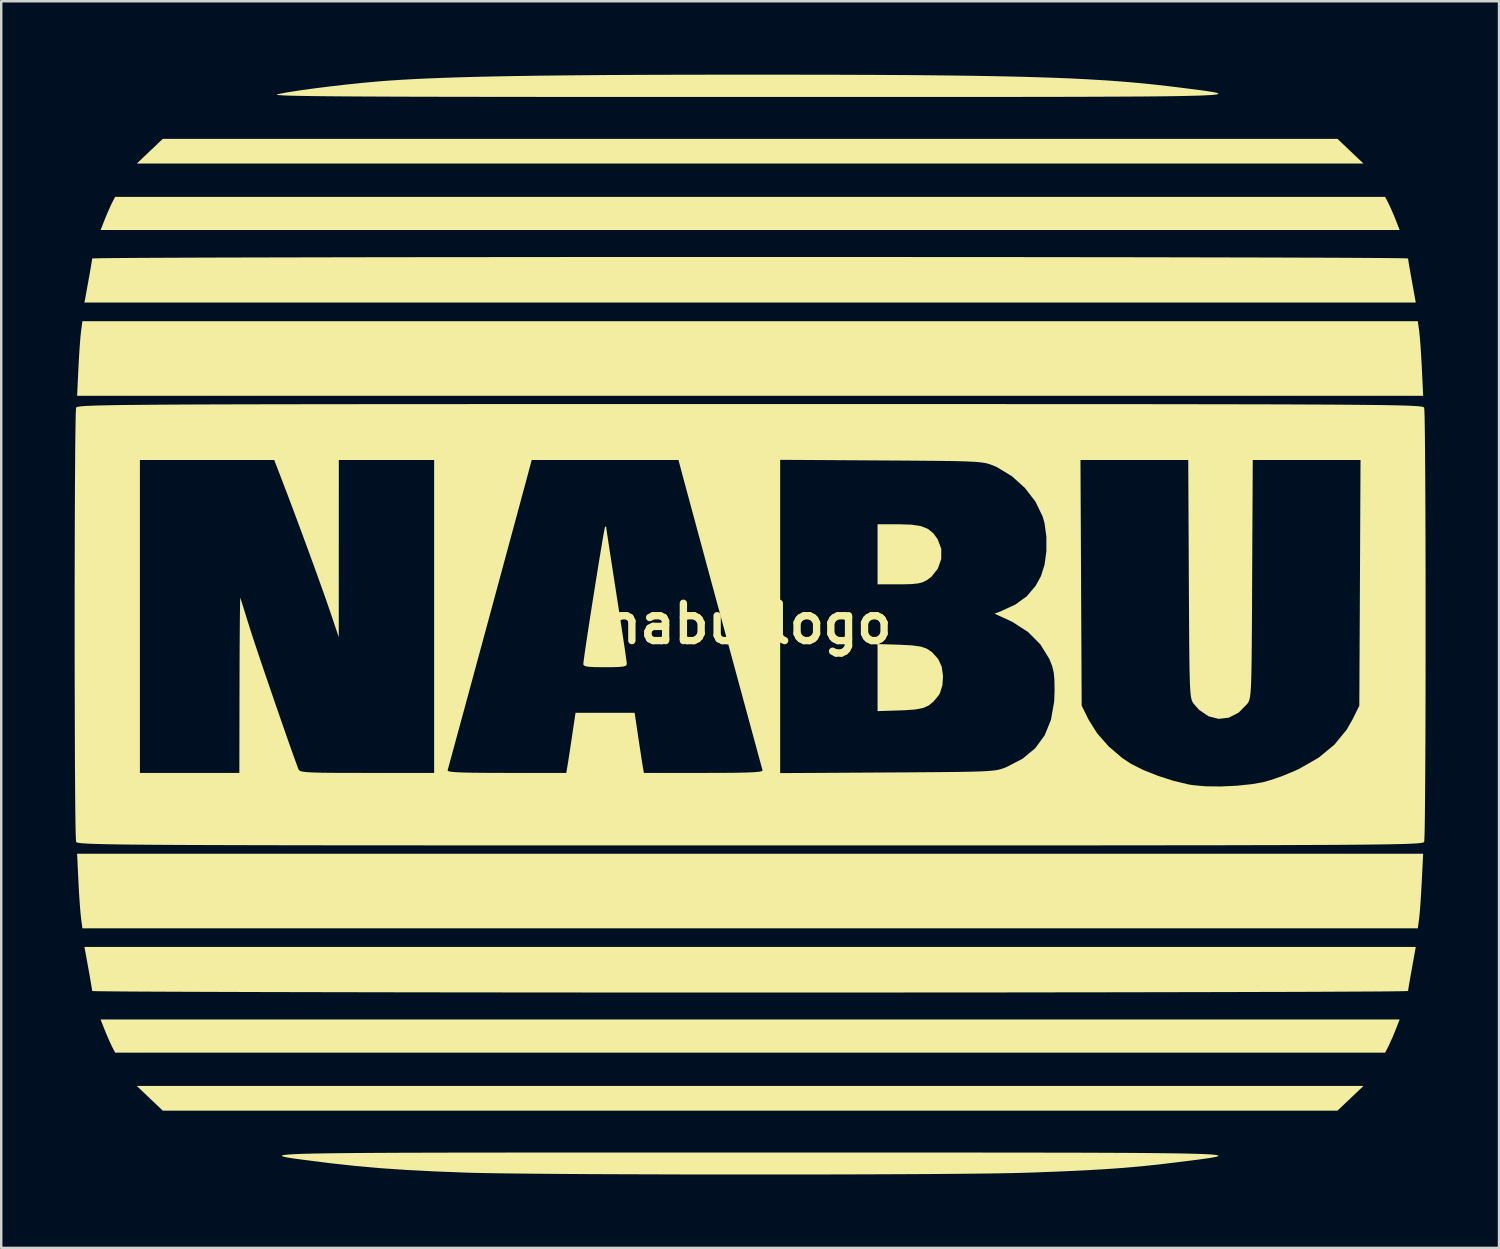
<source format=kicad_pcb>
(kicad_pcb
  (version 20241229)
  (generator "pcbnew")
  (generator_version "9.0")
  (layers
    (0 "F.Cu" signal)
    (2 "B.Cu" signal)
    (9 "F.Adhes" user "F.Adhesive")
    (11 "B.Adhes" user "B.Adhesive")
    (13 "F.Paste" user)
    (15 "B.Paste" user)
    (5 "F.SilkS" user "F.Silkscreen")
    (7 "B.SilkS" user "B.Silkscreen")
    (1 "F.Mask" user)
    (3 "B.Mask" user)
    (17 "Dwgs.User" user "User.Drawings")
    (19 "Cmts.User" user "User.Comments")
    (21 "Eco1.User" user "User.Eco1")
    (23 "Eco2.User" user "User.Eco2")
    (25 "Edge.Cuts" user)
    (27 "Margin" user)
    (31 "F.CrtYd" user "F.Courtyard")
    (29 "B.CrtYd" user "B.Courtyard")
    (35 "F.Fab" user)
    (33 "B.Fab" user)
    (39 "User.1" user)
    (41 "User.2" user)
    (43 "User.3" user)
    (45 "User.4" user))
  (footprint "nabu_logo"
    (layer "F.Cu")
    (at 27.558 22.435)
    (property "Reference" "nabu_logo" (at 0 0 0) (layer "F.SilkS") (effects (font (size 1.524 1.524) (thickness 0.3))))
    (attr board_only exclude_from_pos_files exclude_from_bom)
    (fp_poly (pts (xy 24.572 -19.307) (xy 25.104 -18.802) (xy -25.019 -18.802) (xy -24.488 -19.307) (xy -23.956 -19.812) (xy 24.041 -19.812)) (stroke (width 0) (type solid)) (fill yes) (layer "F.SilkS"))
    (fp_poly (pts (xy 24.572 19.392) (xy 24.041 19.897) (xy -23.956 19.897) (xy -24.488 19.392) (xy -25.019 18.887) (xy 25.104 18.887)) (stroke (width 0) (type solid)) (fill yes) (layer "F.SilkS"))
    (fp_poly (pts (xy 26.116 -17.195) (xy 26.222 -16.97) (xy 26.35 -16.674) (xy 26.413 -16.518) (xy 26.583 -16.087) (xy -26.498 -16.087) (xy -26.328 -16.518) (xy -26.205 -16.816) (xy -26.083 -17.089) (xy -26.031 -17.195) (xy -25.904 -17.441) (xy 25.988 -17.441)) (stroke (width 0) (type solid)) (fill yes) (layer "F.SilkS"))
    (fp_poly (pts (xy 26.413 16.602) (xy 26.29 16.9) (xy 26.167 17.174) (xy 26.116 17.28) (xy 25.988 17.526) (xy -25.904 17.526) (xy -26.031 17.28) (xy -26.137 17.054) (xy -26.265 16.758) (xy -26.328 16.602) (xy -26.498 16.171) (xy 26.583 16.171)) (stroke (width 0) (type solid)) (fill yes) (layer "F.SilkS"))
    (fp_poly (pts (xy 27.38 -11.959) (xy 27.405 -11.719) (xy 27.434 -11.358) (xy 27.462 -10.923) (xy 27.488 -10.462) (xy 27.489 -10.435) (xy 27.543 -9.313) (xy -27.458 -9.313) (xy -27.404 -10.435) (xy -27.379 -10.896) (xy -27.351 -11.334) (xy -27.322 -11.701) (xy -27.296 -11.949) (xy -27.295 -11.959) (xy -27.24 -12.361) (xy 27.324 -12.361)) (stroke (width 0) (type solid)) (fill yes) (layer "F.SilkS"))
    (fp_poly (pts (xy 27.485 10.547) (xy 27.459 11.009) (xy 27.431 11.444) (xy 27.403 11.806) (xy 27.378 12.051) (xy 27.376 12.071) (xy 27.324 12.446) (xy -27.24 12.446) (xy -27.295 12.044) (xy -27.32 11.804) (xy -27.349 11.442) (xy -27.378 11.007) (xy -27.403 10.547) (xy -27.404 10.52) (xy -27.458 9.398) (xy 27.542 9.398)) (stroke (width 0) (type solid)) (fill yes) (layer "F.SilkS"))
    (fp_poly (pts (xy 6.117 -4.064) (xy 6.636 -4.047) (xy 7.022 -3.988) (xy 7.309 -3.874) (xy 7.53 -3.692) (xy 7.705 -3.451) (xy 7.853 -3.059) (xy 7.852 -2.646) (xy 7.714 -2.253) (xy 7.449 -1.918) (xy 7.261 -1.778) (xy 7.099 -1.697) (xy 6.905 -1.646) (xy 6.637 -1.619) (xy 6.253 -1.609) (xy 6.117 -1.609) (xy 5.249 -1.609) (xy 5.249 -4.064)) (stroke (width 0) (type solid)) (fill yes) (layer "F.SilkS"))
    (fp_poly (pts (xy 6.175 0.86) (xy 6.656 0.885) (xy 7.007 0.933) (xy 7.266 1.021) (xy 7.473 1.163) (xy 7.667 1.374) (xy 7.742 1.472) (xy 7.872 1.762) (xy 7.924 2.133) (xy 7.899 2.516) (xy 7.796 2.842) (xy 7.742 2.931) (xy 7.543 3.172) (xy 7.346 3.337) (xy 7.11 3.443) (xy 6.797 3.504) (xy 6.368 3.535) (xy 6.175 3.542) (xy 5.249 3.571) (xy 5.249 0.832)) (stroke (width 0) (type solid)) (fill yes) (layer "F.SilkS"))
    (fp_poly (pts (xy -5.842 -3.961) (xy -5.842 -3.959) (xy -5.829 -3.866) (xy -5.794 -3.626) (xy -5.738 -3.26) (xy -5.665 -2.786) (xy -5.579 -2.226) (xy -5.482 -1.598) (xy -5.419 -1.194) (xy -5.316 -0.532) (xy -5.222 0.08) (xy -5.141 0.62) (xy -5.074 1.068) (xy -5.026 1.403) (xy -5 1.603) (xy -4.995 1.65) (xy -5.022 1.708) (xy -5.12 1.746) (xy -5.318 1.768) (xy -5.642 1.777) (xy -5.884 1.778) (xy -6.29 1.774) (xy -6.554 1.76) (xy -6.703 1.732) (xy -6.766 1.685) (xy -6.773 1.65) (xy -6.761 1.524) (xy -6.725 1.26) (xy -6.67 0.882) (xy -6.6 0.415) (xy -6.518 -0.119) (xy -6.428 -0.695) (xy -6.334 -1.29) (xy -6.24 -1.879) (xy -6.15 -2.439) (xy -6.066 -2.946) (xy -5.994 -3.376) (xy -5.937 -3.705) (xy -5.898 -3.909) (xy -5.883 -3.966)) (stroke (width 0) (type solid)) (fill yes) (layer "F.SilkS"))
    (fp_poly (pts (xy 27.084 14.076) (xy 27.019 14.442) (xy 26.966 14.745) (xy 26.933 14.946) (xy 26.925 15.007) (xy 26.842 15.012) (xy 26.595 15.017) (xy 26.192 15.022) (xy 25.638 15.027) (xy 24.941 15.031) (xy 24.106 15.035) (xy 23.14 15.04) (xy 22.049 15.044) (xy 20.839 15.047) (xy 19.518 15.051) (xy 18.091 15.054) (xy 16.564 15.057) (xy 14.945 15.06) (xy 13.239 15.062) (xy 11.452 15.065) (xy 9.592 15.067) (xy 7.664 15.068) (xy 5.675 15.069) (xy 3.631 15.07) (xy 1.539 15.071) (xy 0.042 15.071) (xy -2.08 15.07) (xy -4.159 15.07) (xy -6.187 15.069) (xy -8.159 15.068) (xy -10.067 15.066) (xy -11.906 15.064) (xy -13.669 15.062) (xy -15.35 15.059) (xy -16.943 15.056) (xy -18.44 15.053) (xy -19.837 15.05) (xy -21.126 15.046) (xy -22.301 15.042) (xy -23.355 15.038) (xy -24.283 15.034) (xy -25.078 15.03) (xy -25.733 15.025) (xy -26.243 15.02) (xy -26.6 15.016) (xy -26.799 15.011) (xy -26.841 15.007) (xy -26.856 14.902) (xy -26.895 14.668) (xy -26.951 14.344) (xy -26.999 14.076) (xy -27.157 13.208) (xy 27.241 13.208)) (stroke (width 0) (type solid)) (fill yes) (layer "F.SilkS"))
    (fp_poly (pts (xy 2.216 -14.985) (xy 4.052 -14.984) (xy 5.872 -14.983) (xy 7.667 -14.982) (xy 9.429 -14.981) (xy 11.152 -14.98) (xy 12.826 -14.978) (xy 14.445 -14.976) (xy 16 -14.974) (xy 17.485 -14.971) (xy 18.89 -14.968) (xy 20.208 -14.965) (xy 21.432 -14.962) (xy 22.554 -14.958) (xy 23.565 -14.955) (xy 24.459 -14.951) (xy 25.227 -14.946) (xy 25.863 -14.942) (xy 26.357 -14.937) (xy 26.702 -14.932) (xy 26.89 -14.926) (xy 26.925 -14.922) (xy 26.94 -14.817) (xy 26.979 -14.584) (xy 27.036 -14.259) (xy 27.084 -13.991) (xy 27.241 -13.123) (xy -27.157 -13.123) (xy -26.999 -13.991) (xy -26.934 -14.357) (xy -26.882 -14.66) (xy -26.849 -14.861) (xy -26.841 -14.922) (xy -26.757 -14.928) (xy -26.512 -14.933) (xy -26.113 -14.938) (xy -25.568 -14.943) (xy -24.885 -14.948) (xy -24.071 -14.952) (xy -23.135 -14.956) (xy -22.083 -14.96) (xy -20.924 -14.963) (xy -19.666 -14.966) (xy -18.316 -14.969) (xy -16.882 -14.972) (xy -15.372 -14.975) (xy -13.793 -14.977) (xy -12.154 -14.979) (xy -10.461 -14.98) (xy -8.724 -14.982) (xy -6.949 -14.983) (xy -5.144 -14.984) (xy -3.318 -14.984) (xy -1.477 -14.985) (xy 0.37 -14.985)) (stroke (width 0) (type solid)) (fill yes) (layer "F.SilkS"))
    (fp_poly (pts (xy 1.942 -22.433) (xy 3.684 -22.43) (xy 5.276 -22.424) (xy 6.731 -22.415) (xy 8.057 -22.402) (xy 9.266 -22.386) (xy 10.368 -22.366) (xy 11.373 -22.342) (xy 12.292 -22.313) (xy 13.134 -22.28) (xy 13.911 -22.241) (xy 14.632 -22.197) (xy 15.309 -22.147) (xy 15.951 -22.091) (xy 16.568 -22.029) (xy 17.172 -21.96) (xy 17.484 -21.922) (xy 17.824 -21.879) (xy 18.138 -21.839) (xy 18.421 -21.803) (xy 18.667 -21.769) (xy 18.871 -21.738) (xy 19.028 -21.71) (xy 19.133 -21.684) (xy 19.179 -21.661) (xy 19.163 -21.64) (xy 19.077 -21.622) (xy 18.918 -21.605) (xy 18.68 -21.591) (xy 18.356 -21.578) (xy 17.943 -21.567) (xy 17.435 -21.557) (xy 16.825 -21.549) (xy 16.11 -21.542) (xy 15.284 -21.537) (xy 14.341 -21.533) (xy 13.275 -21.529) (xy 12.083 -21.527) (xy 10.758 -21.525) (xy 9.294 -21.524) (xy 7.688 -21.523) (xy 5.932 -21.523) (xy 4.023 -21.523) (xy 1.954 -21.523) (xy 0.042 -21.523) (xy -2.148 -21.523) (xy -4.175 -21.523) (xy -6.044 -21.524) (xy -7.762 -21.525) (xy -9.333 -21.526) (xy -10.763 -21.528) (xy -12.059 -21.53) (xy -13.226 -21.532) (xy -14.27 -21.535) (xy -15.197 -21.539) (xy -16.012 -21.543) (xy -16.721 -21.548) (xy -17.33 -21.553) (xy -17.846 -21.559) (xy -18.272 -21.566) (xy -18.617 -21.573) (xy -18.884 -21.581) (xy -19.08 -21.59) (xy -19.211 -21.6) (xy -19.282 -21.611) (xy -19.3 -21.622) (xy -19.27 -21.635) (xy -19.262 -21.636) (xy -18.901 -21.706) (xy -18.407 -21.784) (xy -17.813 -21.867) (xy -17.155 -21.95) (xy -16.468 -22.029) (xy -15.785 -22.1) (xy -15.143 -22.159) (xy -14.859 -22.181) (xy -14.223 -22.224) (xy -13.515 -22.262) (xy -12.727 -22.296) (xy -11.85 -22.326) (xy -10.875 -22.352) (xy -9.795 -22.374) (xy -8.599 -22.392) (xy -7.28 -22.407) (xy -5.829 -22.419) (xy -4.238 -22.427) (xy -2.497 -22.432) (xy -0.598 -22.434) (xy 0.042 -22.435)) (stroke (width 0) (type solid)) (fill yes) (layer "F.SilkS"))
    (fp_poly (pts (xy -1.884 21.607) (xy 0.042 21.607) (xy 2.253 21.607) (xy 4.299 21.607) (xy 6.186 21.607) (xy 7.921 21.608) (xy 9.507 21.609) (xy 10.951 21.61) (xy 12.257 21.612) (xy 13.432 21.614) (xy 14.48 21.618) (xy 15.406 21.622) (xy 16.217 21.628) (xy 16.917 21.635) (xy 17.512 21.643) (xy 18.006 21.653) (xy 18.407 21.664) (xy 18.718 21.677) (xy 18.945 21.692) (xy 19.094 21.709) (xy 19.169 21.728) (xy 19.177 21.749) (xy 19.122 21.773) (xy 19.009 21.798) (xy 18.845 21.827) (xy 18.635 21.858) (xy 18.383 21.892) (xy 18.096 21.929) (xy 17.778 21.969) (xy 17.484 22.006) (xy 16.762 22.093) (xy 16.056 22.167) (xy 15.337 22.231) (xy 14.576 22.285) (xy 13.745 22.334) (xy 12.815 22.377) (xy 11.758 22.418) (xy 11.218 22.436) (xy 10.743 22.448) (xy 10.114 22.459) (xy 9.345 22.469) (xy 8.453 22.478) (xy 7.453 22.486) (xy 6.359 22.492) (xy 5.187 22.497) (xy 3.952 22.501) (xy 2.67 22.504) (xy 1.355 22.505) (xy 0.023 22.505) (xy -1.312 22.505) (xy -2.633 22.503) (xy -3.926 22.499) (xy -5.175 22.495) (xy -6.366 22.49) (xy -7.482 22.483) (xy -8.51 22.475) (xy -9.433 22.466) (xy -10.236 22.456) (xy -10.905 22.445) (xy -11.424 22.433) (xy -11.515 22.43) (xy -12.822 22.38) (xy -13.996 22.319) (xy -15.07 22.246) (xy -16.08 22.156) (xy -17.062 22.049) (xy -17.399 22.007) (xy -17.738 21.964) (xy -18.052 21.924) (xy -18.335 21.888) (xy -18.581 21.854) (xy -18.785 21.823) (xy -18.942 21.795) (xy -19.047 21.769) (xy -19.093 21.746) (xy -19.077 21.725) (xy -18.992 21.707) (xy -18.833 21.69) (xy -18.595 21.675) (xy -18.272 21.662) (xy -17.86 21.651) (xy -17.352 21.642) (xy -16.744 21.634) (xy -16.029 21.627) (xy -15.204 21.622) (xy -14.261 21.617) (xy -13.197 21.614) (xy -12.006 21.611) (xy -10.682 21.61) (xy -9.219 21.608) (xy -7.614 21.608) (xy -5.86 21.607) (xy -3.952 21.607)) (stroke (width 0) (type solid)) (fill yes) (layer "F.SilkS"))
    (fp_poly (pts (xy 2.604 -8.975) (xy 5.003 -8.975) (xy 7.242 -8.974) (xy 9.329 -8.974) (xy 11.268 -8.973) (xy 13.064 -8.973) (xy 14.724 -8.972) (xy 16.253 -8.971) (xy 17.655 -8.969) (xy 18.937 -8.967) (xy 20.103 -8.965) (xy 21.16 -8.963) (xy 22.112 -8.96) (xy 22.966 -8.956) (xy 23.726 -8.953) (xy 24.398 -8.948) (xy 24.987 -8.943) (xy 25.499 -8.938) (xy 25.939 -8.932) (xy 26.312 -8.926) (xy 26.625 -8.918) (xy 26.882 -8.911) (xy 27.089 -8.902) (xy 27.25 -8.893) (xy 27.373 -8.883) (xy 27.462 -8.872) (xy 27.522 -8.86) (xy 27.558 -8.848) (xy 27.578 -8.835) (xy 27.583 -8.826) (xy 27.592 -8.721) (xy 27.601 -8.459) (xy 27.608 -8.056) (xy 27.615 -7.524) (xy 27.621 -6.878) (xy 27.627 -6.132) (xy 27.631 -5.298) (xy 27.635 -4.391) (xy 27.638 -3.425) (xy 27.64 -2.414) (xy 27.642 -1.37) (xy 27.642 -0.308) (xy 27.642 0.759) (xy 27.641 1.816) (xy 27.64 2.851) (xy 27.637 3.848) (xy 27.634 4.795) (xy 27.63 5.678) (xy 27.625 6.484) (xy 27.619 7.197) (xy 27.613 7.805) (xy 27.606 8.294) (xy 27.598 8.65) (xy 27.589 8.86) (xy 27.583 8.911) (xy 27.571 8.925) (xy 27.546 8.938) (xy 27.5 8.95) (xy 27.428 8.961) (xy 27.326 8.972) (xy 27.188 8.981) (xy 27.008 8.99) (xy 26.781 8.999) (xy 26.502 9.006) (xy 26.165 9.013) (xy 25.764 9.019) (xy 25.295 9.025) (xy 24.751 9.03) (xy 24.129 9.035) (xy 23.421 9.039) (xy 22.622 9.042) (xy 21.728 9.046) (xy 20.733 9.048) (xy 19.631 9.051) (xy 18.418 9.053) (xy 17.086 9.054) (xy 15.632 9.056) (xy 14.05 9.057) (xy 12.334 9.058) (xy 10.478 9.058) (xy 8.479 9.059) (xy 6.329 9.059) (xy 4.024 9.059) (xy 1.558 9.059) (xy 0.042 9.059) (xy -2.52 9.059) (xy -4.918 9.059) (xy -7.158 9.059) (xy -9.244 9.059) (xy -11.183 9.058) (xy -12.98 9.057) (xy -14.639 9.056) (xy -16.168 9.055) (xy -17.57 9.054) (xy -18.852 9.052) (xy -20.019 9.05) (xy -21.075 9.047) (xy -22.028 9.044) (xy -22.881 9.041) (xy -23.641 9.037) (xy -24.313 9.033) (xy -24.902 9.028) (xy -25.414 9.023) (xy -25.854 9.017) (xy -26.228 9.01) (xy -26.54 9.003) (xy -26.797 8.995) (xy -27.004 8.987) (xy -27.166 8.977) (xy -27.288 8.967) (xy -27.377 8.957) (xy -27.437 8.945) (xy -27.474 8.933) (xy -27.493 8.919) (xy -27.498 8.911) (xy -27.507 8.805) (xy -27.516 8.544) (xy -27.524 8.14) (xy -27.531 7.609) (xy -27.537 6.963) (xy -27.542 6.216) (xy -27.543 6.096) (xy -24.892 6.096) (xy -20.828 6.096) (xy -20.821 2.477) (xy -20.819 1.716) (xy -20.816 1.013) (xy -20.812 0.386) (xy -20.807 -0.15) (xy -20.802 -0.577) (xy -20.797 -0.879) (xy -20.791 -1.038) (xy -20.787 -1.058) (xy -20.753 -0.951) (xy -20.679 -0.713) (xy -20.574 -0.376) (xy -20.449 0.026) (xy -20.404 0.169) (xy -20.305 0.478) (xy -20.162 0.91) (xy -19.985 1.438) (xy -19.782 2.036) (xy -19.563 2.675) (xy -19.338 3.329) (xy -19.116 3.97) (xy -18.907 4.57) (xy -18.719 5.104) (xy -18.562 5.542) (xy -18.446 5.859) (xy -18.412 5.948) (xy -18.386 5.989) (xy -18.33 6.021) (xy -18.229 6.047) (xy -18.063 6.065) (xy -17.816 6.079) (xy -17.47 6.088) (xy -17.009 6.093) (xy -16.414 6.095) (xy -15.668 6.096) (xy -15.612 6.096) (xy -12.869 6.096) (xy -12.869 5.99) (xy -12.32 5.99) (xy -12.296 6.022) (xy -12.192 6.047) (xy -11.993 6.066) (xy -11.683 6.08) (xy -11.249 6.089) (xy -10.675 6.094) (xy -9.947 6.096) (xy -9.913 6.096) (xy -7.47 6.096) (xy -7.423 5.821) (xy -7.391 5.625) (xy -7.342 5.309) (xy -7.283 4.921) (xy -7.234 4.593) (xy -7.092 3.641) (xy -4.677 3.641) (xy -4.535 4.593) (xy -4.473 5.006) (xy -4.415 5.383) (xy -4.369 5.678) (xy -4.346 5.821) (xy -4.299 6.096) (xy -1.856 6.096) (xy -1.121 6.095) (xy -0.541 6.09) (xy -0.101 6.081) (xy 0.213 6.067) (xy 0.417 6.048) (xy 0.525 6.023) (xy 0.552 5.992) (xy 0.551 5.99) (xy 0.525 5.898) (xy 0.459 5.657) (xy 0.357 5.284) (xy 0.224 4.794) (xy 0.063 4.203) (xy -0.121 3.526) (xy -0.324 2.778) (xy -0.542 1.975) (xy -0.771 1.133) (xy -1.006 0.267) (xy -1.243 -0.607) (xy -1.478 -1.474) (xy -1.707 -2.319) (xy -1.925 -3.126) (xy -2.129 -3.879) (xy -2.314 -4.563) (xy -2.476 -5.162) (xy -2.611 -5.661) (xy -2.714 -6.045) (xy -2.782 -6.298) (xy -2.79 -6.329) (xy -2.885 -6.689) (xy -8.883 -6.689) (xy -8.979 -6.329) (xy -9.039 -6.102) (xy -9.136 -5.741) (xy -9.266 -5.262) (xy -9.423 -4.68) (xy -9.604 -4.011) (xy -9.805 -3.269) (xy -10.021 -2.471) (xy -10.248 -1.632) (xy -10.482 -0.768) (xy -10.719 0.106) (xy -10.955 0.975) (xy -11.185 1.823) (xy -11.405 2.634) (xy -11.611 3.393) (xy -11.799 4.084) (xy -11.965 4.692) (xy -12.103 5.202) (xy -12.211 5.598) (xy -12.284 5.864) (xy -12.318 5.985) (xy -12.32 5.99) (xy -12.869 5.99) (xy -12.869 -6.689) (xy -16.764 -6.689) (xy -16.766 0.55) (xy -17.137 -0.55) (xy -17.292 -0.998) (xy -17.496 -1.572) (xy -17.737 -2.241) (xy -18.003 -2.972) (xy -18.284 -3.734) (xy -18.567 -4.495) (xy -18.841 -5.223) (xy -19.094 -5.886) (xy -19.134 -5.99) (xy -19.403 -6.689) (xy -24.892 -6.689) (xy -24.892 6.096) (xy -27.543 6.096) (xy -27.547 5.383) (xy -27.55 4.476) (xy -27.553 3.51) (xy -27.556 2.498) (xy -27.557 1.454) (xy -27.558 0.392) (xy -27.558 -0.674) (xy -27.557 -1.731) (xy -27.555 -2.766) (xy -27.553 -3.763) (xy -27.549 -4.711) (xy -27.545 -5.594) (xy -27.54 -6.399) (xy -27.538 -6.696) (xy 1.27 -6.696) (xy 1.27 6.104) (xy 5.652 6.079) (xy 6.625 6.073) (xy 7.444 6.067) (xy 8.124 6.061) (xy 8.68 6.054) (xy 9.127 6.045) (xy 9.481 6.034) (xy 9.755 6.019) (xy 9.966 6.001) (xy 10.128 5.978) (xy 10.257 5.95) (xy 10.367 5.915) (xy 10.475 5.875) (xy 10.511 5.86) (xy 11.169 5.521) (xy 11.69 5.09) (xy 12.078 4.559) (xy 12.335 3.925) (xy 12.465 3.182) (xy 12.483 2.709) (xy 12.475 2.295) (xy 12.447 1.992) (xy 12.387 1.741) (xy 12.287 1.485) (xy 12.259 1.423) (xy 11.899 0.842) (xy 11.401 0.341) (xy 10.782 -0.06) (xy 10.641 -0.129) (xy 10.033 -0.411) (xy 10.286 -0.507) (xy 10.887 -0.787) (xy 11.35 -1.124) (xy 11.705 -1.544) (xy 11.924 -1.942) (xy 12.072 -2.408) (xy 12.147 -2.967) (xy 12.147 -3.554) (xy 12.071 -4.11) (xy 11.994 -4.382) (xy 11.7 -4.989) (xy 11.27 -5.548) (xy 10.739 -6.027) (xy 10.139 -6.391) (xy 9.991 -6.456) (xy 9.88 -6.5) (xy 9.771 -6.536) (xy 9.646 -6.566) (xy 9.49 -6.59) (xy 9.288 -6.61) (xy 9.024 -6.625) (xy 8.682 -6.638) (xy 8.247 -6.647) (xy 7.703 -6.654) (xy 7.035 -6.66) (xy 6.227 -6.666) (xy 5.397 -6.671) (xy 2.516 -6.689) (xy 13.54 -6.689) (xy 13.565 -1.67) (xy 13.589 3.348) (xy 13.866 3.91) (xy 14.218 4.474) (xy 14.695 5.017) (xy 15.253 5.492) (xy 15.608 5.726) (xy 16.107 5.977) (xy 16.708 6.216) (xy 17.343 6.42) (xy 17.945 6.565) (xy 18.119 6.595) (xy 18.642 6.643) (xy 19.264 6.651) (xy 19.921 6.62) (xy 20.548 6.555) (xy 20.997 6.476) (xy 21.354 6.376) (xy 21.792 6.221) (xy 22.242 6.037) (xy 22.479 5.929) (xy 23.272 5.474) (xy 23.916 4.942) (xy 24.418 4.329) (xy 24.656 3.913) (xy 24.934 3.348) (xy 24.959 -1.67) (xy 24.983 -6.689) (xy 22.781 -6.689) (xy 20.579 -6.689) (xy 20.555 -1.826) (xy 20.55 -0.797) (xy 20.545 0.077) (xy 20.54 0.808) (xy 20.534 1.411) (xy 20.526 1.899) (xy 20.517 2.285) (xy 20.505 2.583) (xy 20.49 2.806) (xy 20.471 2.969) (xy 20.448 3.084) (xy 20.421 3.165) (xy 20.389 3.226) (xy 20.355 3.275) (xy 20.001 3.634) (xy 19.603 3.838) (xy 19.185 3.888) (xy 18.772 3.782) (xy 18.388 3.521) (xy 18.169 3.275) (xy 18.131 3.221) (xy 18.099 3.158) (xy 18.073 3.074) (xy 18.05 2.955) (xy 18.032 2.787) (xy 18.017 2.557) (xy 18.006 2.251) (xy 17.996 1.856) (xy 17.989 1.357) (xy 17.983 0.742) (xy 17.978 -0.002) (xy 17.973 -0.891) (xy 17.968 -1.826) (xy 17.944 -6.689) (xy 13.54 -6.689) (xy 2.516 -6.689) (xy 1.27 -6.696) (xy -27.538 -6.696) (xy -27.535 -7.112) (xy -27.528 -7.721) (xy -27.521 -8.21) (xy -27.513 -8.566) (xy -27.504 -8.775) (xy -27.498 -8.826) (xy -27.487 -8.84) (xy -27.461 -8.853) (xy -27.415 -8.865) (xy -27.344 -8.877) (xy -27.242 -8.887) (xy -27.104 -8.897) (xy -26.924 -8.906) (xy -26.697 -8.914) (xy -26.417 -8.921) (xy -26.08 -8.928) (xy -25.679 -8.935) (xy -25.21 -8.94) (xy -24.667 -8.945) (xy -24.044 -8.95) (xy -23.336 -8.954) (xy -22.538 -8.958) (xy -21.644 -8.961) (xy -20.649 -8.964) (xy -19.547 -8.966) (xy -18.333 -8.968) (xy -17.002 -8.97) (xy -15.547 -8.971) (xy -13.965 -8.972) (xy -12.249 -8.973) (xy -10.394 -8.974) (xy -8.394 -8.974) (xy -6.244 -8.974) (xy -3.94 -8.975) (xy -1.474 -8.975) (xy 0.042 -8.975)) (stroke (width 0) (type solid)) (fill yes) (layer "F.SilkS")))
  (gr_rect
    (start -3 -3)
    (end 58.2 47.94)
    (stroke (width 0.1) (type default))
    (fill no)
    (layer "Edge.Cuts")))
</source>
